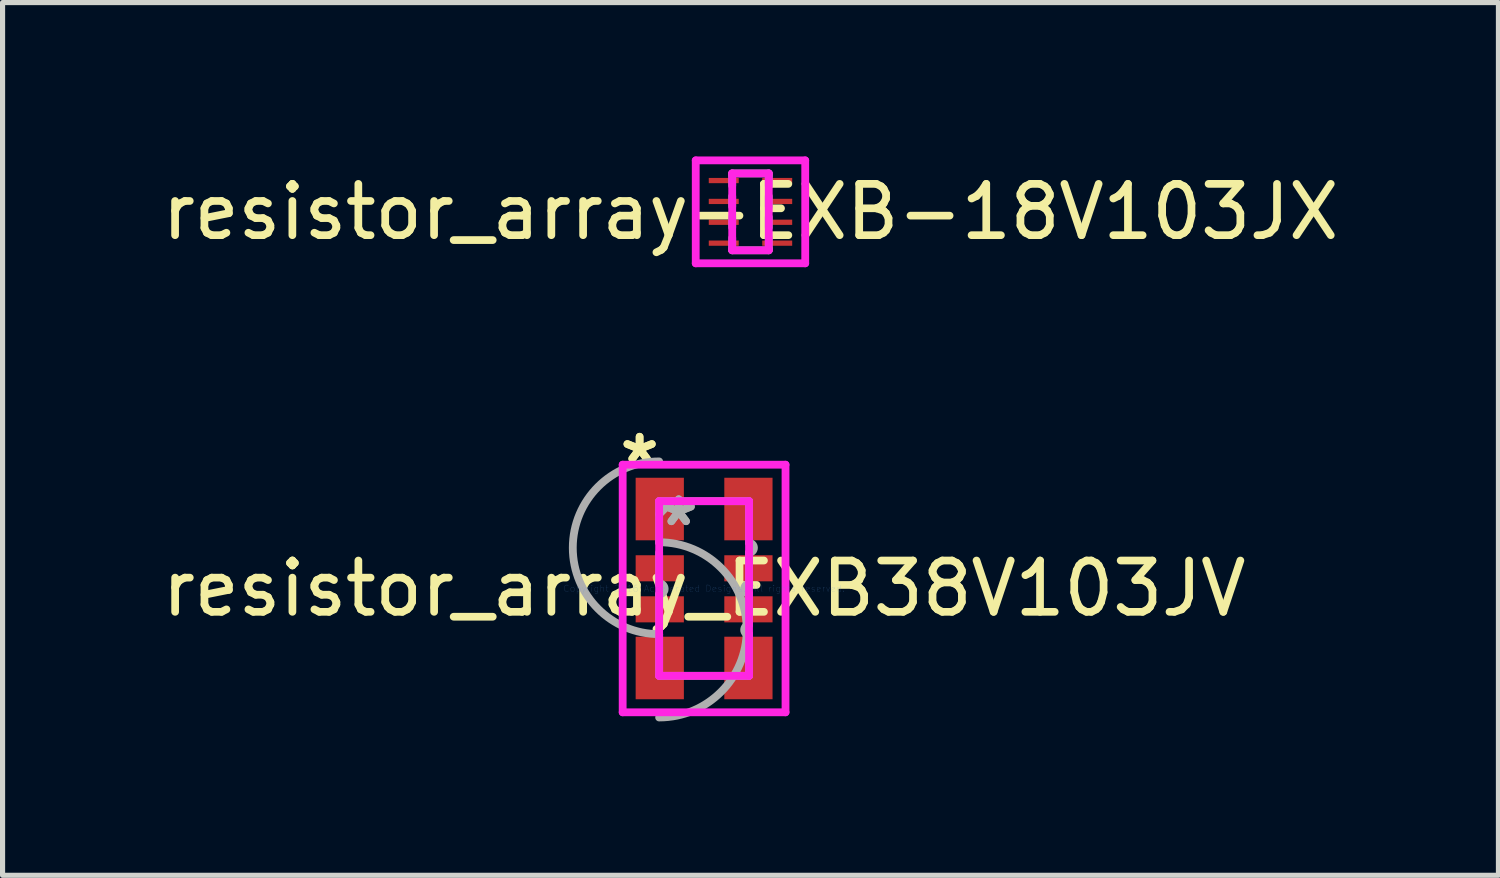
<source format=kicad_pcb>
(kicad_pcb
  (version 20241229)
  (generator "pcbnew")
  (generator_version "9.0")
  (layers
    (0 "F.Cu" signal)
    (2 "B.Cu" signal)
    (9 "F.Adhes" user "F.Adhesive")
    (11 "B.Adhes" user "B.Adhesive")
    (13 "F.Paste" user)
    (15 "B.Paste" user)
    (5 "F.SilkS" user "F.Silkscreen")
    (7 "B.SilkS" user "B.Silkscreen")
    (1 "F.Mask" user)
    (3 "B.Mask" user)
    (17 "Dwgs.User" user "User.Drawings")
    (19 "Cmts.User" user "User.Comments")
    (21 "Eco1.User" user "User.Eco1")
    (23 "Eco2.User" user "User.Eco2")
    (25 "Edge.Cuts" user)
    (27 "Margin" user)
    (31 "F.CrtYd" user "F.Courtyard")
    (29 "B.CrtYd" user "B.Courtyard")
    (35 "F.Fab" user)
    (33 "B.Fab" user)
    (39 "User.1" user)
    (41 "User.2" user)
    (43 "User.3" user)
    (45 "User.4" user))
  (footprint "resistor_array_EXB38V103JV"
    (layer "F.Cu")
    (at 10.673 8.42)
    (property "Reference" "resistor_array_EXB38V103JV" (at 0 0 0) (layer "F.SilkS") (effects (font (size 1 1) (thickness 0.15))))
    (attr through_hole)
    (fp_line (start -1.587 -2.413) (end 1.587 -2.413) (stroke (width 0.152) (type solid)) (layer "F.CrtYd"))
    (fp_line (start -1.587 2.413) (end -1.587 -2.413) (stroke (width 0.152) (type solid)) (layer "F.CrtYd"))
    (fp_line (start -0.876 -1.702) (end 0.876 -1.702) (stroke (width 0.152) (type solid)) (layer "F.CrtYd"))
    (fp_line (start -0.876 1.702) (end -0.876 -1.702) (stroke (width 0.152) (type solid)) (layer "F.CrtYd"))
    (fp_line (start 0.876 -1.702) (end 0.876 1.702) (stroke (width 0.152) (type solid)) (layer "F.CrtYd"))
    (fp_line (start 0.876 1.702) (end -0.876 1.702) (stroke (width 0.152) (type solid)) (layer "F.CrtYd"))
    (fp_line (start 1.587 -2.413) (end 1.587 2.413) (stroke (width 0.152) (type solid)) (layer "F.CrtYd"))
    (fp_line (start 1.587 2.413) (end -1.587 2.413) (stroke (width 0.152) (type solid)) (layer "F.CrtYd"))
    (fp_line (start -0.876 -1.702) (end 0.876 -1.702) (stroke (width 0.152) (type solid)) (layer "F.Fab"))
    (fp_line (start -0.876 -0.889) (end -0.876 -1.702) (stroke (width 0.152) (type solid)) (layer "F.Fab"))
    (fp_line (start -0.876 -0.699) (end -0.876 -0.089) (stroke (width 0.152) (type solid)) (layer "F.Fab"))
    (fp_line (start -0.876 0.101) (end -0.876 0.711) (stroke (width 0.152) (type solid)) (layer "F.Fab"))
    (fp_line (start -0.876 0.889) (end -0.876 1.702) (stroke (width 0.152) (type solid)) (layer "F.Fab"))
    (fp_line (start -0.876 0.901) (end -0.876 0.889) (stroke (width 0.152) (type solid)) (layer "F.Fab"))
    (fp_line (start -0.876 1.702) (end 0.876 1.702) (stroke (width 0.152) (type solid)) (layer "F.Fab"))
    (fp_line (start -0.622 -1.702) (end -0.876 -1.448) (stroke (width 0.152) (type solid)) (layer "F.Fab"))
    (fp_line (start 0.876 -0.889) (end 0.876 -1.702) (stroke (width 0.152) (type solid)) (layer "F.Fab"))
    (fp_line (start 0.876 -0.699) (end 0.876 -0.089) (stroke (width 0.152) (type solid)) (layer "F.Fab"))
    (fp_line (start 0.876 0.101) (end 0.876 0.711) (stroke (width 0.152) (type solid)) (layer "F.Fab"))
    (fp_line (start 0.876 0.889) (end 0.876 1.702) (stroke (width 0.152) (type solid)) (layer "F.Fab"))
    (fp_line (start 0.876 0.901) (end 0.876 0.889) (stroke (width 0.152) (type solid)) (layer "F.Fab"))
    (fp_arc (start -0.8763 -0.901398) (mid 0.831297 0.806199) (end -0.8763 2.513796) (stroke (width 0.1524) (type solid)) (layer "F.Fab"))
    (fp_arc (start -0.8763 -0.101399) (mid -0.768701 0.0062) (end -0.8763 0.113799) (stroke (width 0.1524) (type solid)) (layer "F.Fab"))
    (fp_arc (start -0.8763 0.889) (mid -2.559101 -0.793801) (end -0.8763 -2.476602) (stroke (width 0.1524) (type solid)) (layer "F.Fab"))
    (fp_arc (start 0.8763 -0.889) (mid 0.971499 -0.793801) (end 0.8763 -0.698602) (stroke (width 0.1524) (type solid)) (layer "F.Fab"))
    (fp_arc (start 0.8763 0.101399) (mid 0.781101 0.0062) (end 0.8763 -0.088999) (stroke (width 0.1524) (type solid)) (layer "F.Fab"))
    (fp_arc (start 0.8763 0.901398) (mid 0.781101 0.806199) (end 0.8763 0.711) (stroke (width 0.1524) (type solid)) (layer "F.Fab"))
    (fp_text user "*" (at -1.257 -2.413 0) (layer "F.SilkS") (effects (font (size 1 1) (thickness 0.15))))
    (fp_text user "*" (at -1.257 -2.413 0) (layer "F.SilkS") (effects (font (size 1 1) (thickness 0.15))))
    (fp_text user "Copyright 2016 Accelerated Designs. All rights reserved." (at 0 0 0) (layer "Cmts.User") (effects (font (size 0.127 0.127) (thickness 0.002))))
    (fp_text user "*" (at -0.495 -1.194 0) (layer "F.Fab") (effects (font (size 1 1) (thickness 0.15))))
    (fp_text user "*" (at -0.495 -1.194 0) (layer "F.Fab") (effects (font (size 1 1) (thickness 0.15))))
    (pad "1" smd rect (at -0.864 -1.549) (size 0.94 1.219) (layers "F.Cu" "F.Mask" "F.Paste"))
    (pad "2" smd rect (at -0.864 -0.394) (size 0.94 0.508) (layers "F.Cu" "F.Mask" "F.Paste"))
    (pad "3" smd rect (at -0.864 0.406) (size 0.94 0.508) (layers "F.Cu" "F.Mask" "F.Paste"))
    (pad "4" smd rect (at -0.864 1.549) (size 0.94 1.219) (layers "F.Cu" "F.Mask" "F.Paste"))
    (pad "5" smd rect (at 0.864 1.549) (size 0.94 1.219) (layers "F.Cu" "F.Mask" "F.Paste"))
    (pad "6" smd rect (at 0.864 0.406) (size 0.94 0.508) (layers "F.Cu" "F.Mask" "F.Paste"))
    (pad "7" smd rect (at 0.864 -0.394) (size 0.94 0.508) (layers "F.Cu" "F.Mask" "F.Paste"))
    (pad "8" smd rect (at 0.864 -1.549) (size 0.94 1.219) (layers "F.Cu" "F.Mask" "F.Paste")))
  (footprint "resistor_array-EXB-18V103JX"
    (layer "F.Cu")
    (at 11.577 1.079)
    (property "Reference" "resistor_array-EXB-18V103JX" (at 0 0 0) (layer "F.SilkS") (effects (font (size 1 1) (thickness 0.15))))
    (attr through_hole)
    (fp_line (start -1.067 -1.003) (end 1.067 -1.003) (stroke (width 0.152) (type solid)) (layer "F.CrtYd"))
    (fp_line (start -1.067 1.003) (end -1.067 -1.003) (stroke (width 0.152) (type solid)) (layer "F.CrtYd"))
    (fp_line (start -0.356 -0.749) (end 0.356 -0.749) (stroke (width 0.152) (type solid)) (layer "F.CrtYd"))
    (fp_line (start -0.356 0.749) (end -0.356 -0.749) (stroke (width 0.152) (type solid)) (layer "F.CrtYd"))
    (fp_line (start 0.356 -0.749) (end 0.356 0.749) (stroke (width 0.152) (type solid)) (layer "F.CrtYd"))
    (fp_line (start 0.356 0.749) (end -0.356 0.749) (stroke (width 0.152) (type solid)) (layer "F.CrtYd"))
    (fp_line (start 1.067 -1.003) (end 1.067 1.003) (stroke (width 0.152) (type solid)) (layer "F.CrtYd"))
    (fp_line (start 1.067 1.003) (end -1.067 1.003) (stroke (width 0.152) (type solid)) (layer "F.CrtYd"))
    (fp_line (start -0.356 -0.749) (end -0.356 -0.711) (stroke (width 0.152) (type solid)) (layer "F.Fab"))
    (fp_line (start -0.356 -0.711) (end -0.356 -0.508) (stroke (width 0.152) (type solid)) (layer "F.Fab"))
    (fp_line (start -0.356 -0.305) (end -0.356 -0.102) (stroke (width 0.152) (type solid)) (layer "F.Fab"))
    (fp_line (start -0.356 0.102) (end -0.356 0.305) (stroke (width 0.152) (type solid)) (layer "F.Fab"))
    (fp_line (start -0.356 0.508) (end -0.356 0.711) (stroke (width 0.152) (type solid)) (layer "F.Fab"))
    (fp_line (start -0.356 0.711) (end -0.356 0.749) (stroke (width 0.152) (type solid)) (layer "F.Fab"))
    (fp_line (start -0.356 0.749) (end 0.356 0.749) (stroke (width 0.152) (type solid)) (layer "F.Fab"))
    (fp_line (start 0.356 -0.749) (end -0.356 -0.749) (stroke (width 0.152) (type solid)) (layer "F.Fab"))
    (fp_line (start 0.356 -0.749) (end 0.356 -0.711) (stroke (width 0.152) (type solid)) (layer "F.Fab"))
    (fp_line (start 0.356 -0.711) (end 0.356 -0.508) (stroke (width 0.152) (type solid)) (layer "F.Fab"))
    (fp_line (start 0.356 -0.305) (end 0.356 -0.102) (stroke (width 0.152) (type solid)) (layer "F.Fab"))
    (fp_line (start 0.356 0.102) (end 0.356 0.305) (stroke (width 0.152) (type solid)) (layer "F.Fab"))
    (fp_line (start 0.356 0.508) (end 0.356 0.711) (stroke (width 0.152) (type solid)) (layer "F.Fab"))
    (fp_line (start 0.356 0.711) (end 0.356 0.749) (stroke (width 0.152) (type solid)) (layer "F.Fab"))
    (pad "1" smd rect (at -0.521 -0.61) (size 0.584 0.102) (layers "F.Cu" "F.Mask" "F.Paste"))
    (pad "2" smd rect (at -0.521 -0.203) (size 0.584 0.102) (layers "F.Cu" "F.Mask" "F.Paste"))
    (pad "3" smd rect (at -0.521 0.203) (size 0.584 0.102) (layers "F.Cu" "F.Mask" "F.Paste"))
    (pad "4" smd rect (at -0.521 0.61) (size 0.584 0.102) (layers "F.Cu" "F.Mask" "F.Paste"))
    (pad "5" smd rect (at 0.521 0.61) (size 0.584 0.102) (layers "F.Cu" "F.Mask" "F.Paste"))
    (pad "6" smd rect (at 0.521 0.203) (size 0.584 0.102) (layers "F.Cu" "F.Mask" "F.Paste"))
    (pad "7" smd rect (at 0.521 -0.203) (size 0.584 0.102) (layers "F.Cu" "F.Mask" "F.Paste"))
    (pad "8" smd rect (at 0.521 -0.61) (size 0.584 0.102) (layers "F.Cu" "F.Mask" "F.Paste")))
  (gr_rect
    (start -3 -3)
    (end 26.155 14.01)
    (stroke (width 0.1) (type default))
    (fill no)
    (layer "Edge.Cuts")))
</source>
